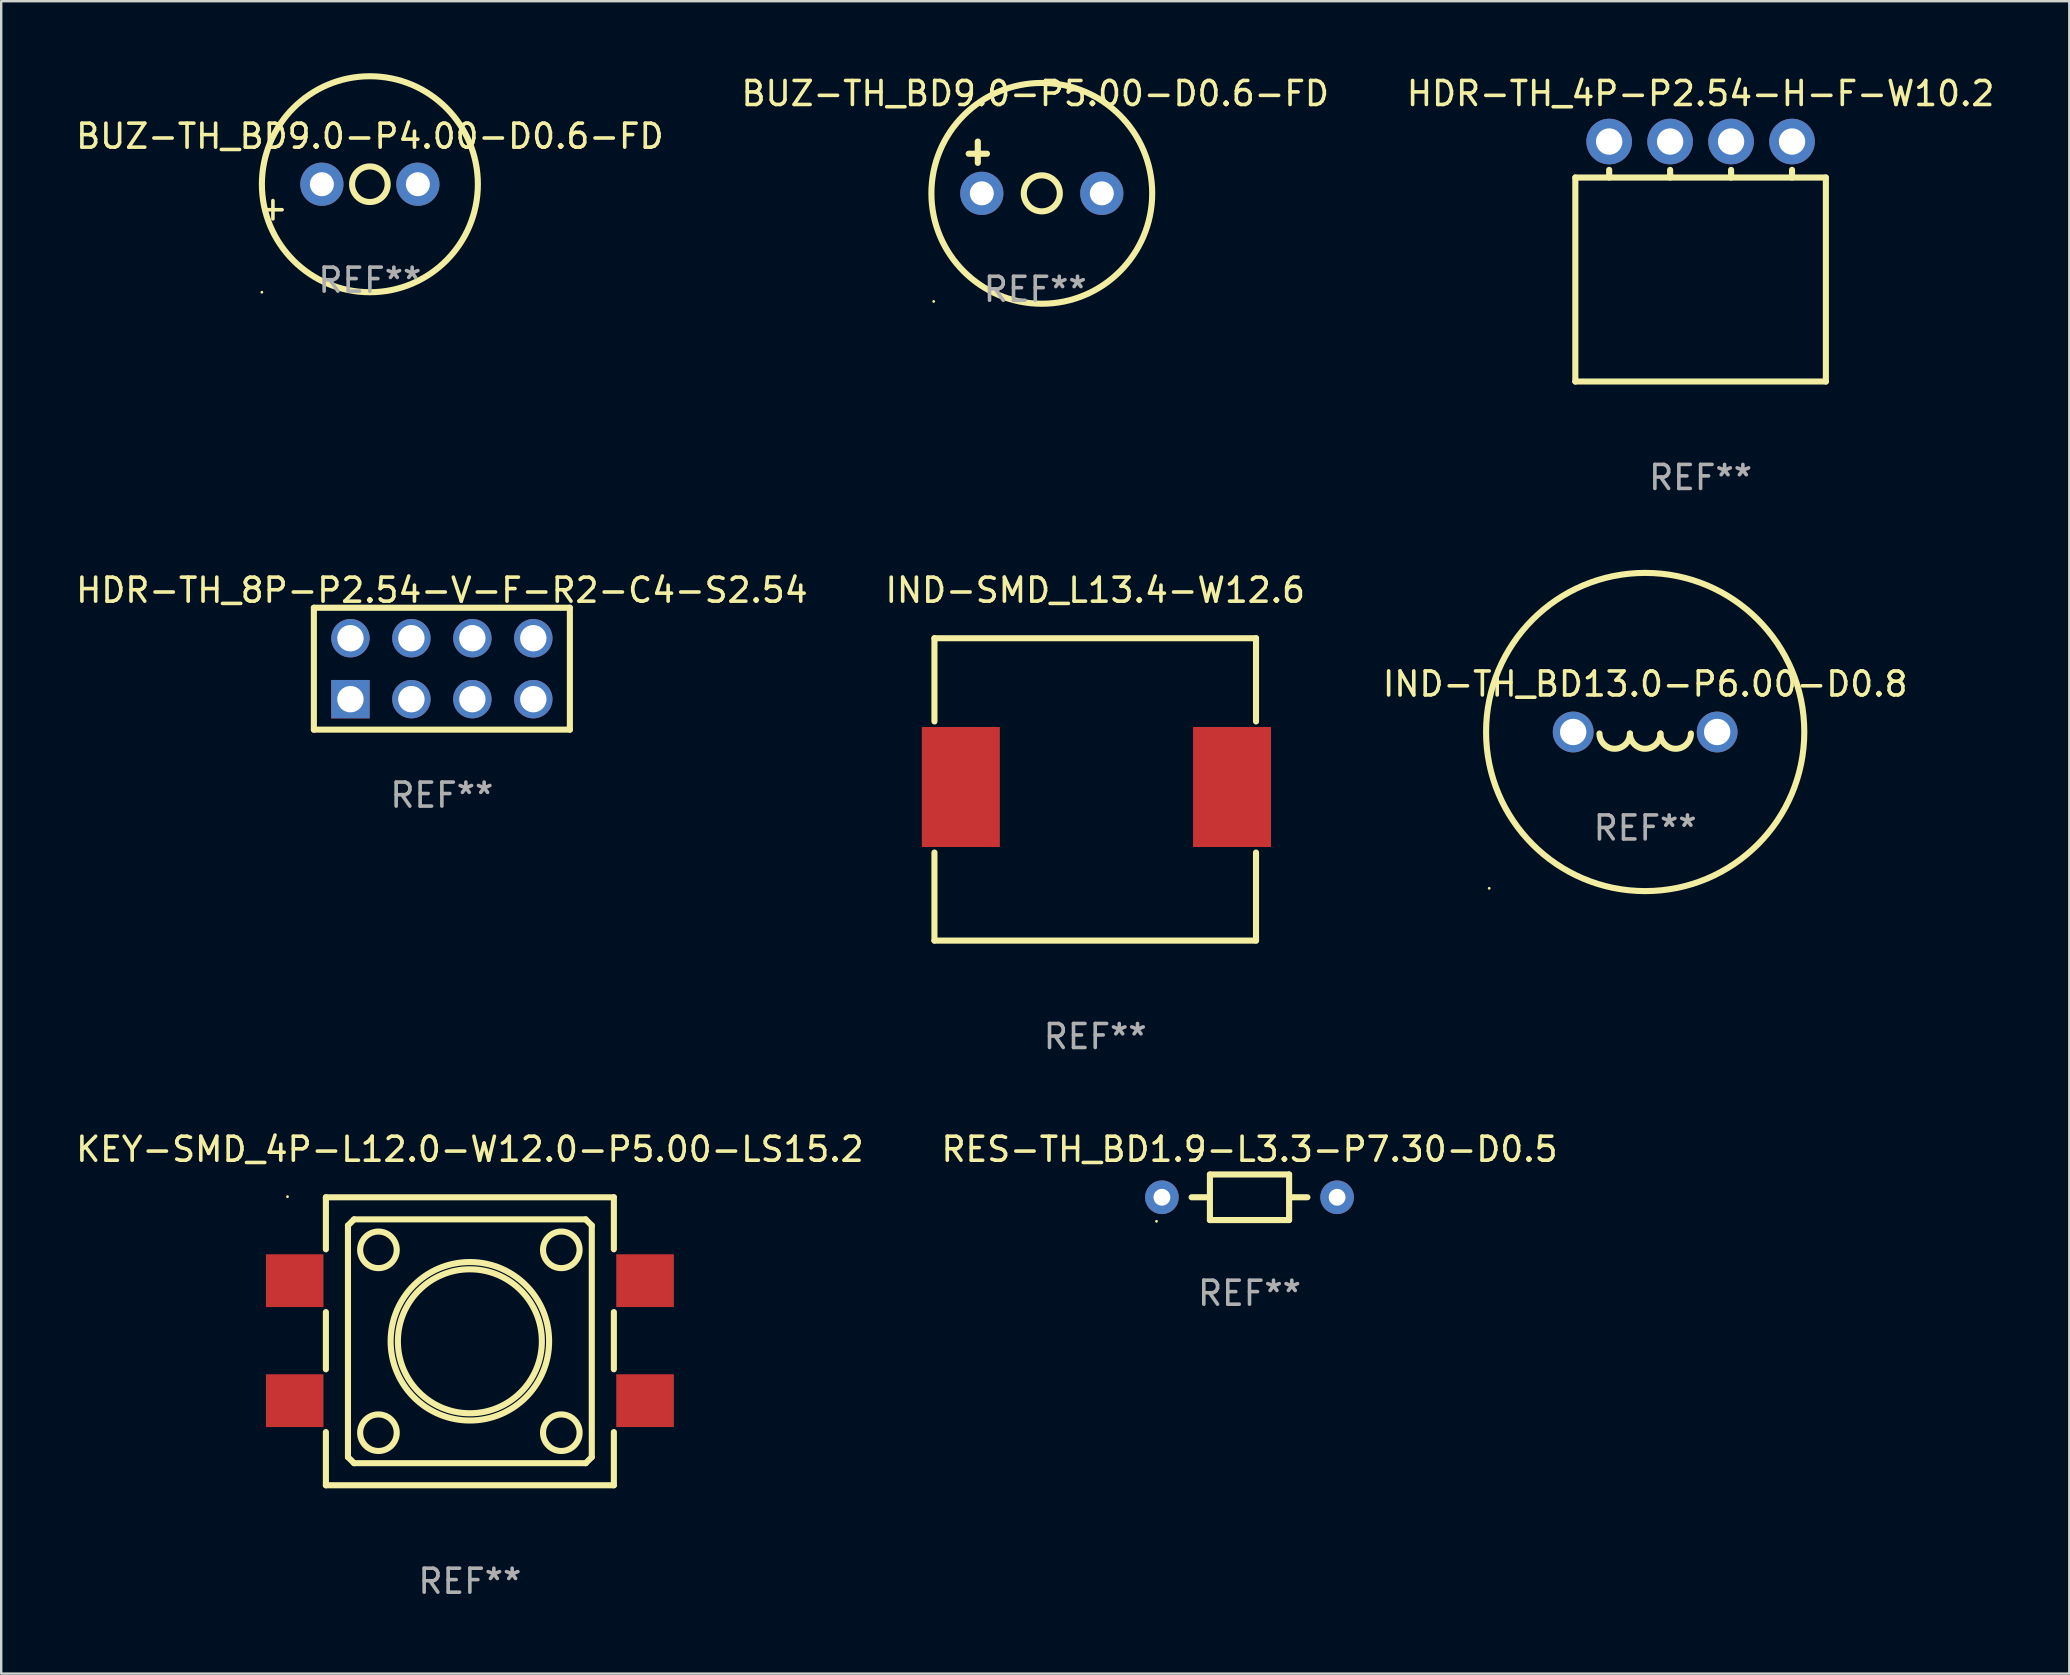
<source format=kicad_pcb>
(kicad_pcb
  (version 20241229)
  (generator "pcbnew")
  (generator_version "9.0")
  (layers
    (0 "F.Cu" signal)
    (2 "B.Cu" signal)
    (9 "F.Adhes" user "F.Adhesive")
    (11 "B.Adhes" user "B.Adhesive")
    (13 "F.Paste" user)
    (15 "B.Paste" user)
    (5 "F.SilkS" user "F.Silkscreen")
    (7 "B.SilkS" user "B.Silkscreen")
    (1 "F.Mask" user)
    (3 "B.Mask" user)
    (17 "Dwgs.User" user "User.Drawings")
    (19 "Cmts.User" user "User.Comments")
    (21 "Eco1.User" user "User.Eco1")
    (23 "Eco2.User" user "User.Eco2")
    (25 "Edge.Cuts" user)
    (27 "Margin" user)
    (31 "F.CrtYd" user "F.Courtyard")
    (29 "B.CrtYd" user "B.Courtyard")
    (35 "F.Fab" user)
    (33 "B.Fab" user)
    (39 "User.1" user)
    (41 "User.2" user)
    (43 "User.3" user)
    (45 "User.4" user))
  (footprint "RES-TH_BD1.9-L3.3-P7.30-D0.5"
    (layer "F.Cu")
    (at 49.018 46.841)
    (property "Reference" "RES-TH_BD1.9-L3.3-P7.30-D0.5" (at 0 -2 0) (layer "F.SilkS") (effects (font (size 1 1) (thickness 0.15))))
    (attr through_hole)
    (fp_line (start -1.778 0) (end -2.413 0) (stroke (width 0.254) (type solid)) (layer "F.SilkS"))
    (fp_line (start -1.65 -0.95) (end -1.65 0.95) (stroke (width 0.254) (type solid)) (layer "F.SilkS"))
    (fp_line (start -1.65 0.95) (end 1.65 0.95) (stroke (width 0.254) (type solid)) (layer "F.SilkS"))
    (fp_line (start 1.65 -0.95) (end -1.65 -0.95) (stroke (width 0.254) (type solid)) (layer "F.SilkS"))
    (fp_line (start 1.65 0.95) (end 1.65 -0.95) (stroke (width 0.254) (type solid)) (layer "F.SilkS"))
    (fp_line (start 1.778 0) (end 2.413 0) (stroke (width 0.254) (type solid)) (layer "F.SilkS"))
    (fp_circle (center -3.875 1) (end -3.845 1) (stroke (width 0.06) (type solid)) (fill no) (layer "F.SilkS"))
    (fp_text user "REF**" (at 0 4 0) (layer "F.Fab") (effects (font (size 1 1) (thickness 0.15))))
    (pad "1" thru_hole circle (at -3.65 0) (size 1.4 1.4) (drill 0.7) (layers "*.Cu" "*.Mask"))
    (pad "2" thru_hole circle (at 3.65 0) (size 1.4 1.4) (drill 0.7) (layers "*.Cu" "*.Mask")))
  (footprint "BUZ-TH_BD9.0-P5.00-D0.6-FD"
    (layer "F.Cu")
    (at 40.363 5.007)
    (property "Reference" "BUZ-TH_BD9.0-P5.00-D0.6-FD" (at -0.274 -4.159 0) (layer "F.SilkS") (effects (font (size 1 1) (thickness 0.15))))
    (attr through_hole)
    (fp_line (start -3.048 -1.651) (end -2.286 -1.651) (stroke (width 0.254) (type solid)) (layer "F.SilkS"))
    (fp_line (start -2.667 -2.159) (end -2.667 -1.27) (stroke (width 0.254) (type solid)) (layer "F.SilkS"))
    (fp_circle (center -4.505 4.505) (end -4.475 4.505) (stroke (width 0.06) (type solid)) (fill no) (layer "F.SilkS"))
    (fp_circle (center -0.000381 0) (end 0.75 0) (stroke (width 0.254) (type solid)) (fill no) (layer "F.SilkS"))
    (fp_circle (center -0.000381 0) (end 4.6 0) (stroke (width 0.254) (type solid)) (fill no) (layer "F.SilkS"))
    (fp_text user "REF**" (at -0.274 4 0) (layer "F.Fab") (effects (font (size 1 1) (thickness 0.15))))
    (pad "1" thru_hole circle (at -2.5 0) (size 1.8 1.8) (drill 1) (layers "*.Cu" "*.Mask"))
    (pad "2" thru_hole circle (at 2.5 0) (size 1.8 1.8) (drill 1) (layers "*.Cu" "*.Mask")))
  (footprint "BUZ-TH_BD9.0-P4.00-D0.6-FD"
    (layer "F.Cu")
    (at 12.363 4.627)
    (property "Reference" "BUZ-TH_BD9.0-P4.00-D0.6-FD" (at 0 -2 0) (layer "F.SilkS") (effects (font (size 1 1) (thickness 0.15))))
    (attr through_hole)
    (fp_circle (center -4.501 4.5) (end -4.471 4.5) (stroke (width 0.06) (type solid)) (fill no) (layer "F.SilkS"))
    (fp_circle (center 0 0) (end 0.741 0) (stroke (width 0.254) (type solid)) (fill no) (layer "F.SilkS"))
    (fp_circle (center 0 0) (end 4.5 0) (stroke (width 0.254) (type solid)) (fill no) (layer "F.SilkS"))
    (fp_text user "+" (at -4.04 0.989 0) (layer "F.SilkS") (effects (font (size 1 1) (thickness 0.15))))
    (fp_text user "REF**" (at 0 4 0) (layer "F.Fab") (effects (font (size 1 1) (thickness 0.15))))
    (pad "1" thru_hole circle (at -2 0) (size 1.8 1.8) (drill 1) (layers "*.Cu" "*.Mask"))
    (pad "2" thru_hole circle (at 2 0) (size 1.8 1.8) (drill 1) (layers "*.Cu" "*.Mask")))
  (footprint "HDR-TH_8P-P2.54-V-F-R2-C4-S2.54"
    (layer "F.Cu")
    (at 15.363 24.815)
    (property "Reference" "HDR-TH_8P-P2.54-V-F-R2-C4-S2.54" (at 0 -3.27 0) (layer "F.SilkS") (effects (font (size 1 1) (thickness 0.15))))
    (attr through_hole)
    (fp_line (start -5.334 -2.54) (end -5.334 2.54) (stroke (width 0.254) (type solid)) (layer "F.SilkS"))
    (fp_line (start -5.334 2.54) (end 5.334 2.54) (stroke (width 0.254) (type solid)) (layer "F.SilkS"))
    (fp_line (start 5.334 -2.54) (end -5.334 -2.54) (stroke (width 0.254) (type solid)) (layer "F.SilkS"))
    (fp_line (start 5.334 2.54) (end 5.334 -2.54) (stroke (width 0.254) (type solid)) (layer "F.SilkS"))
    (fp_circle (center -5.28 2.46) (end -5.25 2.46) (stroke (width 0.06) (type solid)) (fill no) (layer "F.SilkS"))
    (fp_text user "REF**" (at 0 5.27 0) (layer "F.Fab") (effects (font (size 1 1) (thickness 0.15))))
    (pad "1" thru_hole rect (at -3.81 1.27) (size 1.6 1.6) (drill 1.1) (layers "*.Cu" "*.Mask"))
    (pad "2" thru_hole circle (at -3.81 -1.27) (size 1.6 1.6) (drill 1.1) (layers "*.Cu" "*.Mask"))
    (pad "3" thru_hole circle (at -1.27 1.27) (size 1.6 1.6) (drill 1.1) (layers "*.Cu" "*.Mask"))
    (pad "4" thru_hole circle (at -1.27 -1.27) (size 1.6 1.6) (drill 1.1) (layers "*.Cu" "*.Mask"))
    (pad "5" thru_hole circle (at 1.27 1.27) (size 1.6 1.6) (drill 1.1) (layers "*.Cu" "*.Mask"))
    (pad "6" thru_hole circle (at 1.27 -1.27) (size 1.6 1.6) (drill 1.1) (layers "*.Cu" "*.Mask"))
    (pad "7" thru_hole circle (at 3.81 1.27) (size 1.6 1.6) (drill 1.1) (layers "*.Cu" "*.Mask"))
    (pad "8" thru_hole circle (at 3.81 -1.27) (size 1.6 1.6) (drill 1.1) (layers "*.Cu" "*.Mask")))
  (footprint "IND-TH_BD13.0-P6.00-D0.8"
    (layer "F.Cu")
    (at 65.506 27.453)
    (property "Reference" "IND-TH_BD13.0-P6.00-D0.8" (at 0 -2 0) (layer "F.SilkS") (effects (font (size 1 1) (thickness 0.15))))
    (attr through_hole)
    (fp_arc (start -0.635001 0.0635) (mid -1.270002 0.698502) (end -1.905005 0.063501) (stroke (width 0.254001) (type solid)) (layer "F.SilkS"))
    (fp_arc (start 0.635001 0.0635) (mid 0 0.698501) (end -0.635001 0.0635) (stroke (width 0.254001) (type solid)) (layer "F.SilkS"))
    (fp_arc (start 1.905004 0.0635) (mid 1.270003 0.698501) (end 0.635002 0.0635) (stroke (width 0.254001) (type solid)) (layer "F.SilkS"))
    (fp_circle (center -6.5 6.513) (end -6.47 6.513) (stroke (width 0.06) (type solid)) (fill no) (layer "F.SilkS"))
    (fp_circle (center 0 0) (end 6.63 0) (stroke (width 0.254) (type solid)) (fill no) (layer "F.SilkS"))
    (fp_text user "REF**" (at 0 4 0) (layer "F.Fab") (effects (font (size 1 1) (thickness 0.15))))
    (pad "1" thru_hole circle (at -3 0) (size 1.7 1.7) (drill 1.1) (layers "*.Cu" "*.Mask"))
    (pad "2" thru_hole circle (at 3 0) (size 1.7 1.7) (drill 1.1) (layers "*.Cu" "*.Mask")))
  (footprint "KEY-SMD_4P-L12.0-W12.0-P5.00-LS15.2"
    (layer "F.Cu")
    (at 16.53 52.817)
    (property "Reference" "KEY-SMD_4P-L12.0-W12.0-P5.00-LS15.2" (at 0 -7.975 0) (layer "F.SilkS") (effects (font (size 1 1) (thickness 0.15))))
    (attr smd)
    (fp_line (start -6 -5.975) (end -6 -3.808) (stroke (width 0.254) (type solid)) (layer "F.SilkS"))
    (fp_line (start -6 -5.975) (end 6 -5.975) (stroke (width 0.254) (type solid)) (layer "F.SilkS"))
    (fp_line (start -6 -1.192) (end -6 1.192) (stroke (width 0.254) (type solid)) (layer "F.SilkS"))
    (fp_line (start -6 3.808) (end -6 6.025) (stroke (width 0.254) (type solid)) (layer "F.SilkS"))
    (fp_line (start -5.08 -4.801) (end -4.826 -5.055) (stroke (width 0.254) (type solid)) (layer "F.SilkS"))
    (fp_line (start -5.08 4.851) (end -5.08 -4.801) (stroke (width 0.254) (type solid)) (layer "F.SilkS"))
    (fp_line (start -4.826 -5.055) (end 4.826 -5.055) (stroke (width 0.254) (type solid)) (layer "F.SilkS"))
    (fp_line (start -4.826 5.105) (end -5.08 4.851) (stroke (width 0.254) (type solid)) (layer "F.SilkS"))
    (fp_line (start 4.826 -5.055) (end 5.08 -4.801) (stroke (width 0.254) (type solid)) (layer "F.SilkS"))
    (fp_line (start 4.826 5.105) (end -4.826 5.105) (stroke (width 0.254) (type solid)) (layer "F.SilkS"))
    (fp_line (start 5.08 -4.801) (end 5.08 4.851) (stroke (width 0.254) (type solid)) (layer "F.SilkS"))
    (fp_line (start 5.08 4.851) (end 4.826 5.105) (stroke (width 0.254) (type solid)) (layer "F.SilkS"))
    (fp_line (start 6 -5.975) (end 6 -3.808) (stroke (width 0.254) (type solid)) (layer "F.SilkS"))
    (fp_line (start 6 -1.192) (end 6 1.192) (stroke (width 0.254) (type solid)) (layer "F.SilkS"))
    (fp_line (start 6 3.808) (end 6 6.025) (stroke (width 0.254) (type solid)) (layer "F.SilkS"))
    (fp_line (start 6 6.025) (end -6 6.025) (stroke (width 0.254) (type solid)) (layer "F.SilkS"))
    (fp_circle (center -7.6 -6) (end -7.57 -6) (stroke (width 0.06) (type solid)) (fill no) (layer "F.SilkS"))
    (fp_circle (center -3.81 -3.785) (end -3.048 -3.785) (stroke (width 0.254) (type solid)) (fill no) (layer "F.SilkS"))
    (fp_circle (center -3.81 3.835) (end -3.048 3.835) (stroke (width 0.254) (type solid)) (fill no) (layer "F.SilkS"))
    (fp_circle (center 0 0.025) (end 3 0.025) (stroke (width 0.254) (type solid)) (fill no) (layer "F.SilkS"))
    (fp_circle (center 0 0.025) (end 3.302 0.025) (stroke (width 0.254) (type solid)) (fill no) (layer "F.SilkS"))
    (fp_circle (center 3.81 -3.785) (end 4.572 -3.785) (stroke (width 0.254) (type solid)) (fill no) (layer "F.SilkS"))
    (fp_circle (center 3.81 3.835) (end 4.572 3.835) (stroke (width 0.254) (type solid)) (fill no) (layer "F.SilkS"))
    (fp_text user "REF**" (at 0 10.025 0) (layer "F.Fab") (effects (font (size 1 1) (thickness 0.15))))
    (pad "1" smd rect (at -7.3 -2.5) (size 2.4 2.2) (layers "F.Cu" "F.Mask" "F.Paste"))
    (pad "2" smd rect (at 7.3 -2.5) (size 2.4 2.2) (layers "F.Cu" "F.Mask" "F.Paste"))
    (pad "3" smd rect (at -7.3 2.5) (size 2.4 2.2) (layers "F.Cu" "F.Mask" "F.Paste"))
    (pad "4" smd rect (at 7.3 2.5) (size 2.4 2.2) (layers "F.Cu" "F.Mask" "F.Paste")))
  (footprint "IND-SMD_L13.4-W12.6"
    (layer "F.Cu")
    (at 42.639 29.745)
    (property "Reference" "IND-SMD_L13.4-W12.6" (at -0.05 -8.2 0) (layer "F.SilkS") (effects (font (size 1 1) (thickness 0.15))))
    (attr smd)
    (fp_line (start -6.75 -6.2) (end 6.65 -6.2) (stroke (width 0.254) (type solid)) (layer "F.SilkS"))
    (fp_line (start -6.75 -2.731) (end -6.75 -6.2) (stroke (width 0.254) (type solid)) (layer "F.SilkS"))
    (fp_line (start -6.75 6.4) (end -6.75 2.731) (stroke (width 0.254) (type solid)) (layer "F.SilkS"))
    (fp_line (start -6.75 6.4) (end 6.65 6.4) (stroke (width 0.254) (type solid)) (layer "F.SilkS"))
    (fp_line (start 6.65 -6.2) (end 6.65 -2.731) (stroke (width 0.254) (type solid)) (layer "F.SilkS"))
    (fp_line (start 6.65 2.731) (end 6.65 6.4) (stroke (width 0.254) (type solid)) (layer "F.SilkS"))
    (fp_circle (center -6.7 6.3) (end -6.67 6.3) (stroke (width 0.06) (type solid)) (fill no) (layer "F.SilkS"))
    (fp_text user "REF**" (at -0.05 10.4 0) (layer "F.Fab") (effects (font (size 1 1) (thickness 0.15))))
    (pad "1" smd rect (at -5.65 0.000127 90) (size 5 3.25) (layers "F.Cu" "F.Mask" "F.Paste"))
    (pad "2" smd rect (at 5.65 -0.000127 90) (size 5 3.25) (layers "F.Cu" "F.Mask" "F.Paste")))
  (footprint "HDR-TH_4P-P2.54-H-F-W10.2"
    (layer "F.Cu")
    (at 67.815 2.848)
    (property "Reference" "HDR-TH_4P-P2.54-H-F-W10.2" (at -0.000013 -2 0) (layer "F.SilkS") (effects (font (size 1 1) (thickness 0.15))))
    (attr through_hole)
    (fp_line (start -5.22 1.5) (end -5.22 10) (stroke (width 0.254) (type solid)) (layer "F.SilkS"))
    (fp_line (start -5.22 1.5) (end 5.22 1.5) (stroke (width 0.254) (type solid)) (layer "F.SilkS"))
    (fp_line (start -5.22 10) (end 5.22 10) (stroke (width 0.254) (type solid)) (layer "F.SilkS"))
    (fp_line (start -3.81 1.5) (end -3.81 1.181) (stroke (width 0.254) (type solid)) (layer "F.SilkS"))
    (fp_line (start -1.27 1.181) (end -1.27 1.5) (stroke (width 0.254) (type solid)) (layer "F.SilkS"))
    (fp_line (start 1.27 1.181) (end 1.27 1.5) (stroke (width 0.254) (type solid)) (layer "F.SilkS"))
    (fp_line (start 3.81 1.181) (end 3.81 1.5) (stroke (width 0.254) (type solid)) (layer "F.SilkS"))
    (fp_line (start 5.22 10) (end 5.22 1.5) (stroke (width 0.254) (type solid)) (layer "F.SilkS"))
    (fp_circle (center -5.08 10) (end -5.05 10) (stroke (width 0.06) (type solid)) (fill no) (layer "F.SilkS"))
    (fp_text user "REF**" (at -0.000013 14 0) (layer "F.Fab") (effects (font (size 1 1) (thickness 0.15))))
    (pad "1" thru_hole circle (at -3.81 0) (size 1.9 1.9) (drill 1.1) (layers "*.Cu" "*.Mask"))
    (pad "2" thru_hole circle (at -1.27 0) (size 1.9 1.9) (drill 1.1) (layers "*.Cu" "*.Mask"))
    (pad "3" thru_hole circle (at 1.27 0) (size 1.9 1.9) (drill 1.1) (layers "*.Cu" "*.Mask"))
    (pad "4" thru_hole circle (at 3.81 0) (size 1.9 1.9) (drill 1.1) (layers "*.Cu" "*.Mask")))
  (gr_rect
    (start -3 -3)
    (end 83.179 66.69)
    (stroke (width 0.1) (type default))
    (fill no)
    (layer "Edge.Cuts")))
</source>
